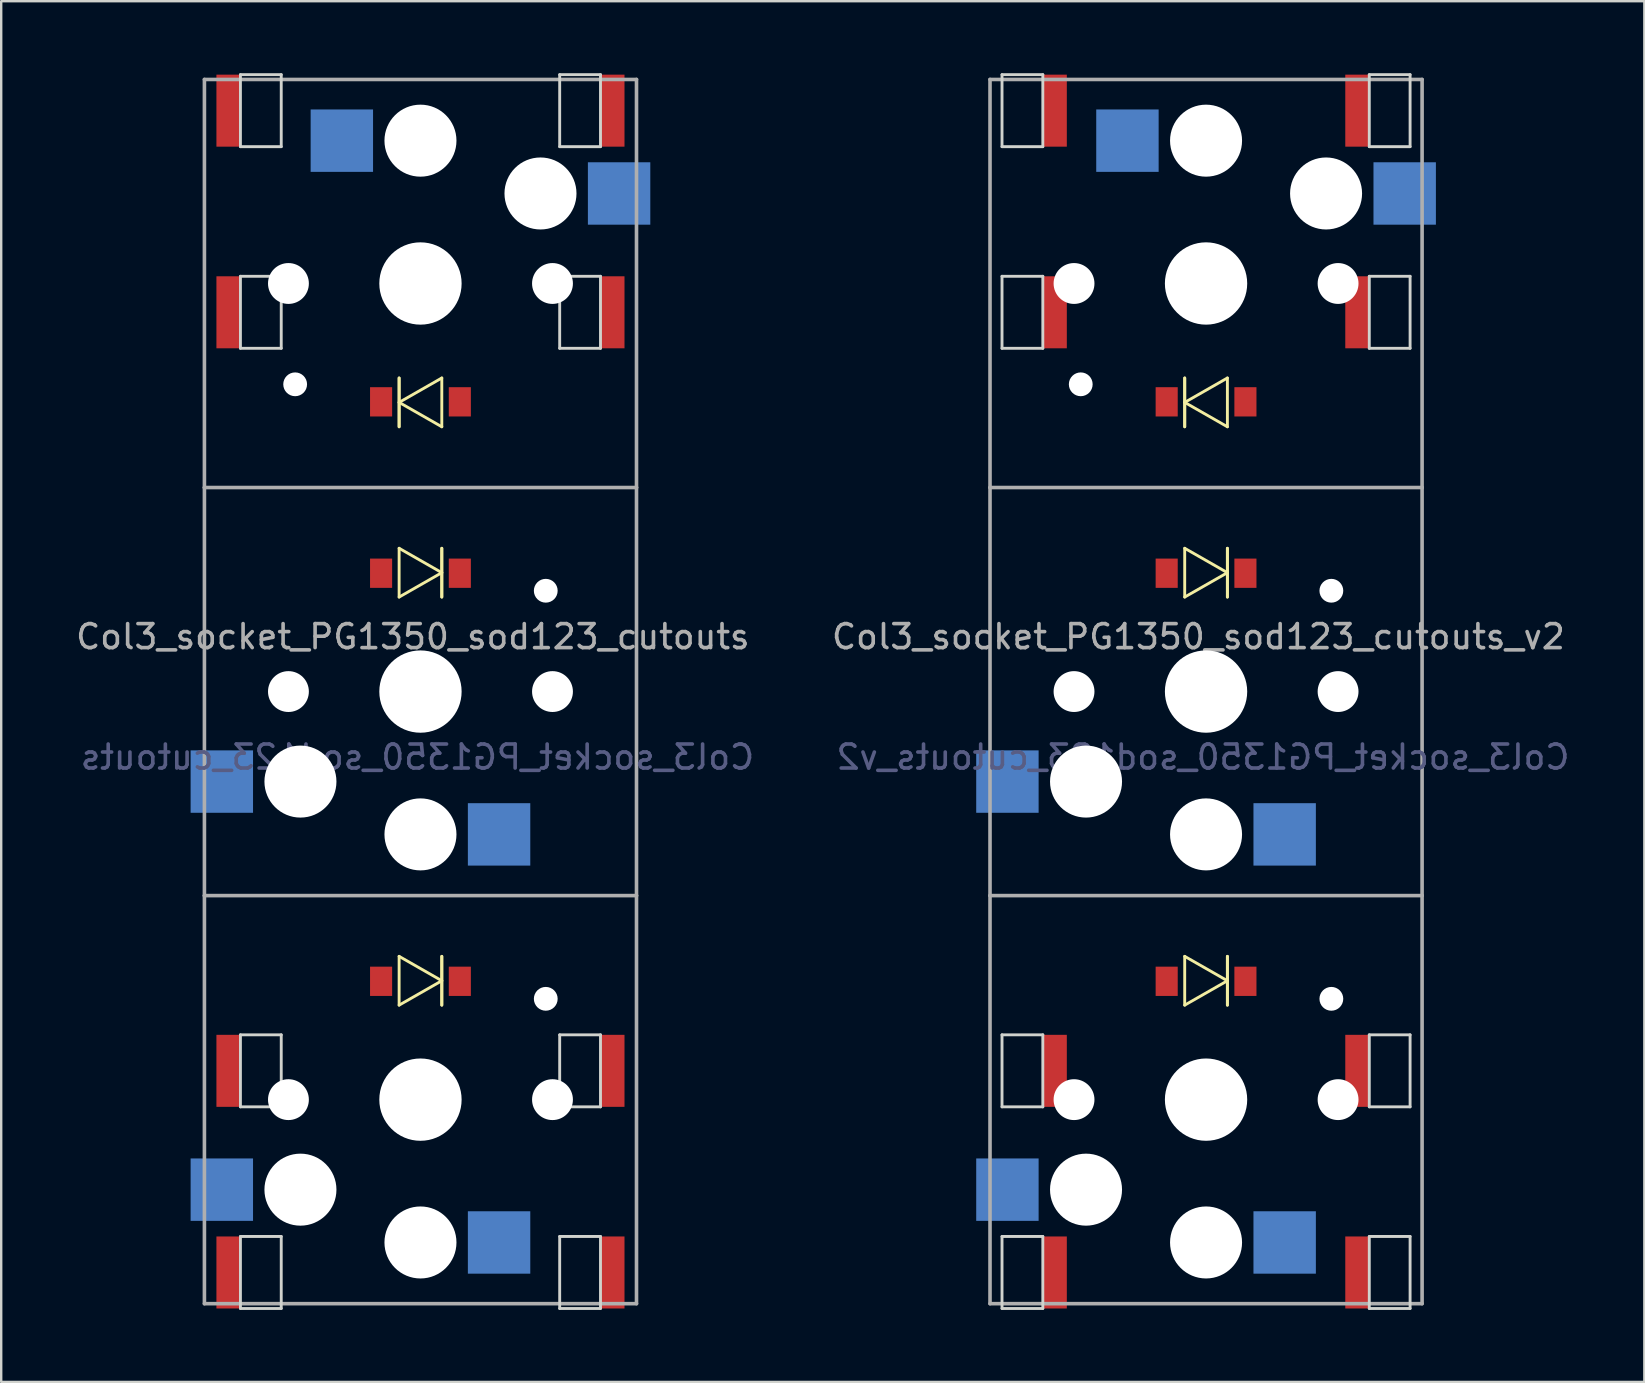
<source format=kicad_pcb>
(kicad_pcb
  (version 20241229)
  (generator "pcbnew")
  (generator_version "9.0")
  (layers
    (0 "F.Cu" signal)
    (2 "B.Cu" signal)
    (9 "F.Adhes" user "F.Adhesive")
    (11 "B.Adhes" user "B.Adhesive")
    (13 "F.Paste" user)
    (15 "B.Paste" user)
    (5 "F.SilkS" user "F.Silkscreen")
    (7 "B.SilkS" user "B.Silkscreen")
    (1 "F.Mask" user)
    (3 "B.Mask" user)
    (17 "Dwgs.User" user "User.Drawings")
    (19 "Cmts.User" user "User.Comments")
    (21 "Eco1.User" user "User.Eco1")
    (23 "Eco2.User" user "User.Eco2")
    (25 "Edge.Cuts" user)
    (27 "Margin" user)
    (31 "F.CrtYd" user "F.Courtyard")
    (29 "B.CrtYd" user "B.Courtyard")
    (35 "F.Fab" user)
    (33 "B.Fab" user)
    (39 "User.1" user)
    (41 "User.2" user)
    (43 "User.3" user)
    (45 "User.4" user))
  (footprint "Col3_socket_PG1350_sod123_cutouts_v2"
    (layer "F.Cu")
    (at 47.193 51.26)
    (property "Reference" "Col3_socket_PG1350_sod123_cutouts_v2" (at -0.318 -27.786 0) (layer "F.Fab") (effects (font (size 1 1) (thickness 0.15))))
    (attr smd)
    (fp_line (start -0.889 -38.563) (end -0.889 -36.531) (stroke (width 0.12) (type solid)) (layer "F.SilkS"))
    (fp_line (start -0.889 -38.563) (end -0.889 -36.531) (stroke (width 0.12) (type solid)) (layer "F.SilkS"))
    (fp_line (start -0.889 -37.547) (end 0.889 -38.563) (stroke (width 0.12) (type solid)) (layer "F.SilkS"))
    (fp_line (start -0.889 -31.469) (end -0.889 -29.437) (stroke (width 0.12) (type solid)) (layer "F.SilkS"))
    (fp_line (start -0.889 -31.469) (end 0.889 -30.453) (stroke (width 0.12) (type solid)) (layer "F.SilkS"))
    (fp_line (start -0.889 -14.469) (end -0.889 -12.437) (stroke (width 0.12) (type solid)) (layer "F.SilkS"))
    (fp_line (start -0.889 -14.469) (end 0.889 -13.453) (stroke (width 0.12) (type solid)) (layer "F.SilkS"))
    (fp_line (start 0.889 -36.531) (end -0.889 -37.547) (stroke (width 0.12) (type solid)) (layer "F.SilkS"))
    (fp_line (start 0.889 -36.531) (end 0.889 -38.563) (stroke (width 0.12) (type solid)) (layer "F.SilkS"))
    (fp_line (start 0.889 -30.453) (end -0.889 -29.437) (stroke (width 0.12) (type solid)) (layer "F.SilkS"))
    (fp_line (start 0.889 -29.437) (end 0.889 -31.469) (stroke (width 0.12) (type solid)) (layer "F.SilkS"))
    (fp_line (start 0.889 -29.437) (end 0.889 -31.469) (stroke (width 0.12) (type solid)) (layer "F.SilkS"))
    (fp_line (start 0.889 -13.453) (end -0.889 -12.437) (stroke (width 0.12) (type solid)) (layer "F.SilkS"))
    (fp_line (start 0.889 -12.437) (end 0.889 -14.469) (stroke (width 0.12) (type solid)) (layer "F.SilkS"))
    (fp_line (start 0.889 -12.437) (end 0.889 -14.469) (stroke (width 0.12) (type solid)) (layer "F.SilkS"))
    (fp_line (start -8.5 -48.2) (end -8.5 -51.2) (stroke (width 0.12) (type solid)) (layer "Edge.Cuts"))
    (fp_line (start -8.5 -39.8) (end -8.5 -42.8) (stroke (width 0.12) (type solid)) (layer "Edge.Cuts"))
    (fp_line (start -8.5 -11.2) (end -6.8 -11.2) (stroke (width 0.12) (type solid)) (layer "Edge.Cuts"))
    (fp_line (start -8.5 -8.2) (end -8.5 -11.2) (stroke (width 0.12) (type solid)) (layer "Edge.Cuts"))
    (fp_line (start -8.5 -8.2) (end -6.8 -8.2) (stroke (width 0.12) (type solid)) (layer "Edge.Cuts"))
    (fp_line (start -8.5 -2.8) (end -8.5 0.2) (stroke (width 0.12) (type solid)) (layer "Edge.Cuts"))
    (fp_line (start -8.5 -2.8) (end -6.8 -2.8) (stroke (width 0.12) (type solid)) (layer "Edge.Cuts"))
    (fp_line (start -8.5 0.2) (end -6.8 0.2) (stroke (width 0.12) (type solid)) (layer "Edge.Cuts"))
    (fp_line (start -6.8 -51.2) (end -8.5 -51.2) (stroke (width 0.12) (type solid)) (layer "Edge.Cuts"))
    (fp_line (start -6.8 -51.2) (end -6.8 -48.2) (stroke (width 0.12) (type solid)) (layer "Edge.Cuts"))
    (fp_line (start -6.8 -48.2) (end -8.5 -48.2) (stroke (width 0.12) (type solid)) (layer "Edge.Cuts"))
    (fp_line (start -6.8 -42.8) (end -8.5 -42.8) (stroke (width 0.12) (type solid)) (layer "Edge.Cuts"))
    (fp_line (start -6.8 -42.8) (end -6.8 -39.8) (stroke (width 0.12) (type solid)) (layer "Edge.Cuts"))
    (fp_line (start -6.8 -39.8) (end -8.5 -39.8) (stroke (width 0.12) (type solid)) (layer "Edge.Cuts"))
    (fp_line (start -6.8 -11.2) (end -6.8 -8.2) (stroke (width 0.12) (type solid)) (layer "Edge.Cuts"))
    (fp_line (start -6.8 0.2) (end -6.8 -2.8) (stroke (width 0.12) (type solid)) (layer "Edge.Cuts"))
    (fp_line (start 6.8 -51.2) (end 6.8 -48.2) (stroke (width 0.12) (type solid)) (layer "Edge.Cuts"))
    (fp_line (start 6.8 -39.8) (end 6.8 -42.8) (stroke (width 0.12) (type solid)) (layer "Edge.Cuts"))
    (fp_line (start 6.8 -11.2) (end 8.5 -11.2) (stroke (width 0.12) (type solid)) (layer "Edge.Cuts"))
    (fp_line (start 6.8 -8.2) (end 6.8 -11.2) (stroke (width 0.12) (type solid)) (layer "Edge.Cuts"))
    (fp_line (start 6.8 -8.2) (end 8.5 -8.2) (stroke (width 0.12) (type solid)) (layer "Edge.Cuts"))
    (fp_line (start 6.8 -2.8) (end 8.5 -2.8) (stroke (width 0.12) (type solid)) (layer "Edge.Cuts"))
    (fp_line (start 6.8 0.2) (end 6.8 -2.8) (stroke (width 0.12) (type solid)) (layer "Edge.Cuts"))
    (fp_line (start 6.8 0.2) (end 8.5 0.2) (stroke (width 0.12) (type solid)) (layer "Edge.Cuts"))
    (fp_line (start 8.5 -51.2) (end 6.8 -51.2) (stroke (width 0.12) (type solid)) (layer "Edge.Cuts"))
    (fp_line (start 8.5 -48.2) (end 6.8 -48.2) (stroke (width 0.12) (type solid)) (layer "Edge.Cuts"))
    (fp_line (start 8.5 -48.2) (end 8.5 -51.2) (stroke (width 0.12) (type solid)) (layer "Edge.Cuts"))
    (fp_line (start 8.5 -42.8) (end 6.8 -42.8) (stroke (width 0.12) (type solid)) (layer "Edge.Cuts"))
    (fp_line (start 8.5 -42.8) (end 8.5 -39.8) (stroke (width 0.12) (type solid)) (layer "Edge.Cuts"))
    (fp_line (start 8.5 -39.8) (end 6.8 -39.8) (stroke (width 0.12) (type solid)) (layer "Edge.Cuts"))
    (fp_line (start 8.5 -11.2) (end 8.5 -8.2) (stroke (width 0.12) (type solid)) (layer "Edge.Cuts"))
    (fp_line (start 8.5 -2.8) (end 8.5 0.2) (stroke (width 0.12) (type solid)) (layer "Edge.Cuts"))
    (fp_line (start -9 -34) (end -9 -51) (stroke (width 0.15) (type solid)) (layer "F.Fab"))
    (fp_line (start -9 -17) (end -9 -34) (stroke (width 0.15) (type solid)) (layer "F.Fab"))
    (fp_line (start -9 0) (end -9 -17) (stroke (width 0.15) (type solid)) (layer "F.Fab"))
    (fp_line (start 9 -51) (end -9 -51) (stroke (width 0.15) (type solid)) (layer "F.Fab"))
    (fp_line (start 9 -51) (end 9 -34) (stroke (width 0.15) (type solid)) (layer "F.Fab"))
    (fp_line (start 9 -34) (end -9 -34) (stroke (width 0.15) (type solid)) (layer "F.Fab"))
    (fp_line (start 9 -34) (end 9 -17) (stroke (width 0.15) (type solid)) (layer "F.Fab"))
    (fp_line (start 9 -17) (end -9 -17) (stroke (width 0.15) (type solid)) (layer "F.Fab"))
    (fp_line (start 9 -17) (end 9 0) (stroke (width 0.15) (type solid)) (layer "F.Fab"))
    (fp_line (start 9 0) (end -9 0) (stroke (width 0.15) (type solid)) (layer "F.Fab"))
    (fp_text user "${REFERENCE}" (at -0.127 -22.77 0) (layer "B.Fab") (effects (font (size 1 1) (thickness 0.15)) (justify mirror)))
    (pad "" np_thru_hole circle (at -5.5 -42.5 180) (size 1.702 1.702) (drill 1.702) (layers "*.Cu"))
    (pad "" np_thru_hole circle (at -5.5 -25.5) (size 1.702 1.702) (drill 1.702) (layers "*.Cu"))
    (pad "" np_thru_hole circle (at -5.5 -8.5) (size 1.702 1.702) (drill 1.702) (layers "*.Cu"))
    (pad "" np_thru_hole circle (at -5.22 -38.3 180) (size 0.991 0.991) (drill 0.991) (layers "*.Cu" "*.Mask"))
    (pad "" np_thru_hole circle (at -5 -21.75) (size 3 3) (drill 3) (layers "*.Cu"))
    (pad "" np_thru_hole circle (at -5 -4.75) (size 3 3) (drill 3) (layers "*.Cu"))
    (pad "" np_thru_hole circle (at 0 -48.45 180) (size 3 3) (drill 3) (layers "*.Cu" "*.Mask"))
    (pad "" np_thru_hole circle (at 0 -42.5 270) (size 3.429 3.429) (drill 3.429) (layers "*.Cu" "*.Mask"))
    (pad "" np_thru_hole circle (at 0 -25.5) (size 3.429 3.429) (drill 3.429) (layers "*.Cu" "*.Mask"))
    (pad "" np_thru_hole circle (at 0 -19.55) (size 3 3) (drill 3) (layers "*.Cu" "*.Mask"))
    (pad "" np_thru_hole circle (at 0 -8.5) (size 3.429 3.429) (drill 3.429) (layers "*.Cu" "*.Mask"))
    (pad "" np_thru_hole circle (at 0 -2.55) (size 3 3) (drill 3) (layers "*.Cu" "*.Mask"))
    (pad "" np_thru_hole circle (at 5 -46.25 180) (size 3 3) (drill 3) (layers "*.Cu"))
    (pad "" np_thru_hole circle (at 5.22 -29.7) (size 0.991 0.991) (drill 0.991) (layers "*.Cu" "*.Mask"))
    (pad "" np_thru_hole circle (at 5.22 -12.7) (size 0.991 0.991) (drill 0.991) (layers "*.Cu" "*.Mask"))
    (pad "" np_thru_hole circle (at 5.5 -42.5 180) (size 1.702 1.702) (drill 1.702) (layers "*.Cu"))
    (pad "" np_thru_hole circle (at 5.5 -25.5) (size 1.702 1.702) (drill 1.702) (layers "*.Cu"))
    (pad "" np_thru_hole circle (at 5.5 -8.5) (size 1.702 1.702) (drill 1.702) (layers "*.Cu"))
    (pad "b1" smd rect (at -8.275 -4.75) (size 2.6 2.6) (layers "B.Cu" "B.Mask" "B.Paste"))
    (pad "b1" smd rect (at -6.3 -9.7) (size 1 3) (layers "F.Cu" "F.Mask" "F.Paste"))
    (pad "b1" smd rect (at -6.3 -1.3) (size 1 3) (layers "F.Cu" "F.Mask" "F.Paste"))
    (pad "b2" smd rect (at 3.275 -2.55) (size 2.6 2.6) (layers "B.Cu" "B.Mask" "B.Paste"))
    (pad "bA" smd rect (at -1.64 -13.43) (size 0.92 1.22) (layers "F.Cu" "F.Mask" "F.Paste"))
    (pad "bK" smd rect (at 1.64 -13.43) (size 0.92 1.22) (layers "F.Cu" "F.Mask" "F.Paste"))
    (pad "bK" smd rect (at 6.3 -9.7) (size 1 3) (layers "F.Cu" "F.Mask" "F.Paste"))
    (pad "bK" smd rect (at 6.3 -1.3) (size 1 3) (layers "F.Cu" "F.Mask" "F.Paste"))
    (pad "m1" smd rect (at -8.275 -21.75) (size 2.6 2.6) (layers "B.Cu" "B.Mask" "B.Paste"))
    (pad "m2" smd rect (at 3.275 -19.55) (size 2.6 2.6) (layers "B.Cu" "B.Mask" "B.Paste"))
    (pad "mA" smd rect (at -1.64 -30.43) (size 0.92 1.22) (layers "F.Cu" "F.Mask" "F.Paste"))
    (pad "mK" smd rect (at 1.64 -30.43) (size 0.92 1.22) (layers "F.Cu" "F.Mask" "F.Paste"))
    (pad "t1" smd rect (at 6.3 -49.7 180) (size 1 3) (layers "F.Cu" "F.Mask" "F.Paste"))
    (pad "t1" smd rect (at 6.3 -41.3 180) (size 1 3) (layers "F.Cu" "F.Mask" "F.Paste"))
    (pad "t1" smd rect (at 8.275 -46.25 180) (size 2.6 2.6) (layers "B.Cu" "B.Mask" "B.Paste"))
    (pad "t2" smd rect (at -3.275 -48.45 180) (size 2.6 2.6) (layers "B.Cu" "B.Mask" "B.Paste"))
    (pad "tA" smd rect (at 1.64 -37.57 180) (size 0.92 1.22) (layers "F.Cu" "F.Mask" "F.Paste"))
    (pad "tK" smd rect (at -6.3 -49.7 180) (size 1 3) (layers "F.Cu" "F.Mask" "F.Paste"))
    (pad "tK" smd rect (at -6.3 -41.3 180) (size 1 3) (layers "F.Cu" "F.Mask" "F.Paste"))
    (pad "tK" smd rect (at -1.64 -37.57 180) (size 0.92 1.22) (layers "F.Cu" "F.Mask" "F.Paste")))
  (footprint "Col3_socket_PG1350_sod123_cutouts"
    (layer "F.Cu")
    (at 14.466 51.26)
    (property "Reference" "Col3_socket_PG1350_sod123_cutouts" (at -0.318 -27.786 0) (layer "F.Fab") (effects (font (size 1 1) (thickness 0.15))))
    (attr smd)
    (fp_line (start -0.889 -38.563) (end -0.889 -36.531) (stroke (width 0.12) (type solid)) (layer "F.SilkS"))
    (fp_line (start -0.889 -38.563) (end -0.889 -36.531) (stroke (width 0.12) (type solid)) (layer "F.SilkS"))
    (fp_line (start -0.889 -37.547) (end 0.889 -38.563) (stroke (width 0.12) (type solid)) (layer "F.SilkS"))
    (fp_line (start -0.889 -31.469) (end -0.889 -29.437) (stroke (width 0.12) (type solid)) (layer "F.SilkS"))
    (fp_line (start -0.889 -31.469) (end 0.889 -30.453) (stroke (width 0.12) (type solid)) (layer "F.SilkS"))
    (fp_line (start -0.889 -14.469) (end -0.889 -12.437) (stroke (width 0.12) (type solid)) (layer "F.SilkS"))
    (fp_line (start -0.889 -14.469) (end 0.889 -13.453) (stroke (width 0.12) (type solid)) (layer "F.SilkS"))
    (fp_line (start 0.889 -36.531) (end -0.889 -37.547) (stroke (width 0.12) (type solid)) (layer "F.SilkS"))
    (fp_line (start 0.889 -36.531) (end 0.889 -38.563) (stroke (width 0.12) (type solid)) (layer "F.SilkS"))
    (fp_line (start 0.889 -30.453) (end -0.889 -29.437) (stroke (width 0.12) (type solid)) (layer "F.SilkS"))
    (fp_line (start 0.889 -29.437) (end 0.889 -31.469) (stroke (width 0.12) (type solid)) (layer "F.SilkS"))
    (fp_line (start 0.889 -29.437) (end 0.889 -31.469) (stroke (width 0.12) (type solid)) (layer "F.SilkS"))
    (fp_line (start 0.889 -13.453) (end -0.889 -12.437) (stroke (width 0.12) (type solid)) (layer "F.SilkS"))
    (fp_line (start 0.889 -12.437) (end 0.889 -14.469) (stroke (width 0.12) (type solid)) (layer "F.SilkS"))
    (fp_line (start 0.889 -12.437) (end 0.889 -14.469) (stroke (width 0.12) (type solid)) (layer "F.SilkS"))
    (fp_line (start -7.5 -48.2) (end -7.5 -51.2) (stroke (width 0.12) (type solid)) (layer "Edge.Cuts"))
    (fp_line (start -7.5 -39.8) (end -7.5 -42.8) (stroke (width 0.12) (type solid)) (layer "Edge.Cuts"))
    (fp_line (start -7.5 -11.2) (end -5.8 -11.2) (stroke (width 0.12) (type solid)) (layer "Edge.Cuts"))
    (fp_line (start -7.5 -8.2) (end -7.5 -11.2) (stroke (width 0.12) (type solid)) (layer "Edge.Cuts"))
    (fp_line (start -7.5 -8.2) (end -5.8 -8.2) (stroke (width 0.12) (type solid)) (layer "Edge.Cuts"))
    (fp_line (start -7.5 -2.8) (end -7.5 0.2) (stroke (width 0.12) (type solid)) (layer "Edge.Cuts"))
    (fp_line (start -7.5 -2.8) (end -5.8 -2.8) (stroke (width 0.12) (type solid)) (layer "Edge.Cuts"))
    (fp_line (start -7.5 0.2) (end -5.8 0.2) (stroke (width 0.12) (type solid)) (layer "Edge.Cuts"))
    (fp_line (start -5.8 -51.2) (end -7.5 -51.2) (stroke (width 0.12) (type solid)) (layer "Edge.Cuts"))
    (fp_line (start -5.8 -51.2) (end -5.8 -48.2) (stroke (width 0.12) (type solid)) (layer "Edge.Cuts"))
    (fp_line (start -5.8 -48.2) (end -7.5 -48.2) (stroke (width 0.12) (type solid)) (layer "Edge.Cuts"))
    (fp_line (start -5.8 -42.8) (end -7.5 -42.8) (stroke (width 0.12) (type solid)) (layer "Edge.Cuts"))
    (fp_line (start -5.8 -42.8) (end -5.8 -39.8) (stroke (width 0.12) (type solid)) (layer "Edge.Cuts"))
    (fp_line (start -5.8 -39.8) (end -7.5 -39.8) (stroke (width 0.12) (type solid)) (layer "Edge.Cuts"))
    (fp_line (start -5.8 -11.2) (end -5.8 -8.2) (stroke (width 0.12) (type solid)) (layer "Edge.Cuts"))
    (fp_line (start -5.8 0.2) (end -5.8 -2.8) (stroke (width 0.12) (type solid)) (layer "Edge.Cuts"))
    (fp_line (start 5.8 -51.2) (end 5.8 -48.2) (stroke (width 0.12) (type solid)) (layer "Edge.Cuts"))
    (fp_line (start 5.8 -39.8) (end 5.8 -42.8) (stroke (width 0.12) (type solid)) (layer "Edge.Cuts"))
    (fp_line (start 5.8 -11.2) (end 7.5 -11.2) (stroke (width 0.12) (type solid)) (layer "Edge.Cuts"))
    (fp_line (start 5.8 -8.2) (end 5.8 -11.2) (stroke (width 0.12) (type solid)) (layer "Edge.Cuts"))
    (fp_line (start 5.8 -8.2) (end 7.5 -8.2) (stroke (width 0.12) (type solid)) (layer "Edge.Cuts"))
    (fp_line (start 5.8 -2.8) (end 7.5 -2.8) (stroke (width 0.12) (type solid)) (layer "Edge.Cuts"))
    (fp_line (start 5.8 0.2) (end 5.8 -2.8) (stroke (width 0.12) (type solid)) (layer "Edge.Cuts"))
    (fp_line (start 5.8 0.2) (end 7.5 0.2) (stroke (width 0.12) (type solid)) (layer "Edge.Cuts"))
    (fp_line (start 7.5 -51.2) (end 5.8 -51.2) (stroke (width 0.12) (type solid)) (layer "Edge.Cuts"))
    (fp_line (start 7.5 -48.2) (end 5.8 -48.2) (stroke (width 0.12) (type solid)) (layer "Edge.Cuts"))
    (fp_line (start 7.5 -48.2) (end 7.5 -51.2) (stroke (width 0.12) (type solid)) (layer "Edge.Cuts"))
    (fp_line (start 7.5 -42.8) (end 5.8 -42.8) (stroke (width 0.12) (type solid)) (layer "Edge.Cuts"))
    (fp_line (start 7.5 -42.8) (end 7.5 -39.8) (stroke (width 0.12) (type solid)) (layer "Edge.Cuts"))
    (fp_line (start 7.5 -39.8) (end 5.8 -39.8) (stroke (width 0.12) (type solid)) (layer "Edge.Cuts"))
    (fp_line (start 7.5 -11.2) (end 7.5 -8.2) (stroke (width 0.12) (type solid)) (layer "Edge.Cuts"))
    (fp_line (start 7.5 -2.8) (end 7.5 0.2) (stroke (width 0.12) (type solid)) (layer "Edge.Cuts"))
    (fp_line (start -9 -34) (end -9 -51) (stroke (width 0.15) (type solid)) (layer "F.Fab"))
    (fp_line (start -9 -17) (end -9 -34) (stroke (width 0.15) (type solid)) (layer "F.Fab"))
    (fp_line (start -9 0) (end -9 -17) (stroke (width 0.15) (type solid)) (layer "F.Fab"))
    (fp_line (start 9 -51) (end -9 -51) (stroke (width 0.15) (type solid)) (layer "F.Fab"))
    (fp_line (start 9 -51) (end 9 -34) (stroke (width 0.15) (type solid)) (layer "F.Fab"))
    (fp_line (start 9 -34) (end -9 -34) (stroke (width 0.15) (type solid)) (layer "F.Fab"))
    (fp_line (start 9 -34) (end 9 -17) (stroke (width 0.15) (type solid)) (layer "F.Fab"))
    (fp_line (start 9 -17) (end -9 -17) (stroke (width 0.15) (type solid)) (layer "F.Fab"))
    (fp_line (start 9 -17) (end 9 0) (stroke (width 0.15) (type solid)) (layer "F.Fab"))
    (fp_line (start 9 0) (end -9 0) (stroke (width 0.15) (type solid)) (layer "F.Fab"))
    (fp_text user "${REFERENCE}" (at -0.127 -22.77 0) (layer "B.Fab") (effects (font (size 1 1) (thickness 0.15)) (justify mirror)))
    (pad "" np_thru_hole circle (at -5.5 -42.5 180) (size 1.702 1.702) (drill 1.702) (layers "*.Cu"))
    (pad "" np_thru_hole circle (at -5.5 -25.5) (size 1.702 1.702) (drill 1.702) (layers "*.Cu"))
    (pad "" np_thru_hole circle (at -5.5 -8.5) (size 1.702 1.702) (drill 1.702) (layers "*.Cu"))
    (pad "" np_thru_hole circle (at -5.22 -38.3 180) (size 0.991 0.991) (drill 0.991) (layers "*.Cu" "*.Mask"))
    (pad "" np_thru_hole circle (at -5 -21.75) (size 3 3) (drill 3) (layers "*.Cu"))
    (pad "" np_thru_hole circle (at -5 -4.75) (size 3 3) (drill 3) (layers "*.Cu"))
    (pad "" np_thru_hole circle (at 0 -48.45 180) (size 3 3) (drill 3) (layers "*.Cu" "*.Mask"))
    (pad "" np_thru_hole circle (at 0 -42.5 270) (size 3.429 3.429) (drill 3.429) (layers "*.Cu" "*.Mask"))
    (pad "" np_thru_hole circle (at 0 -25.5) (size 3.429 3.429) (drill 3.429) (layers "*.Cu" "*.Mask"))
    (pad "" np_thru_hole circle (at 0 -19.55) (size 3 3) (drill 3) (layers "*.Cu" "*.Mask"))
    (pad "" np_thru_hole circle (at 0 -8.5) (size 3.429 3.429) (drill 3.429) (layers "*.Cu" "*.Mask"))
    (pad "" np_thru_hole circle (at 0 -2.55) (size 3 3) (drill 3) (layers "*.Cu" "*.Mask"))
    (pad "" np_thru_hole circle (at 5 -46.25 180) (size 3 3) (drill 3) (layers "*.Cu"))
    (pad "" np_thru_hole circle (at 5.22 -29.7) (size 0.991 0.991) (drill 0.991) (layers "*.Cu" "*.Mask"))
    (pad "" np_thru_hole circle (at 5.22 -12.7) (size 0.991 0.991) (drill 0.991) (layers "*.Cu" "*.Mask"))
    (pad "" np_thru_hole circle (at 5.5 -42.5 180) (size 1.702 1.702) (drill 1.702) (layers "*.Cu"))
    (pad "" np_thru_hole circle (at 5.5 -25.5) (size 1.702 1.702) (drill 1.702) (layers "*.Cu"))
    (pad "" np_thru_hole circle (at 5.5 -8.5) (size 1.702 1.702) (drill 1.702) (layers "*.Cu"))
    (pad "b1" smd rect (at -8.275 -4.75) (size 2.6 2.6) (layers "B.Cu" "B.Mask" "B.Paste"))
    (pad "b1" smd rect (at -8 -9.7) (size 1 3) (layers "F.Cu" "F.Mask" "F.Paste"))
    (pad "b1" smd rect (at -8 -1.3) (size 1 3) (layers "F.Cu" "F.Mask" "F.Paste"))
    (pad "b2" smd rect (at 3.275 -2.55) (size 2.6 2.6) (layers "B.Cu" "B.Mask" "B.Paste"))
    (pad "bA" smd rect (at -1.64 -13.43) (size 0.92 1.22) (layers "F.Cu" "F.Mask" "F.Paste"))
    (pad "bK" smd rect (at 1.64 -13.43) (size 0.92 1.22) (layers "F.Cu" "F.Mask" "F.Paste"))
    (pad "bK" smd rect (at 8 -9.7) (size 1 3) (layers "F.Cu" "F.Mask" "F.Paste"))
    (pad "bK" smd rect (at 8 -1.3) (size 1 3) (layers "F.Cu" "F.Mask" "F.Paste"))
    (pad "m1" smd rect (at -8.275 -21.75) (size 2.6 2.6) (layers "B.Cu" "B.Mask" "B.Paste"))
    (pad "m2" smd rect (at 3.275 -19.55) (size 2.6 2.6) (layers "B.Cu" "B.Mask" "B.Paste"))
    (pad "mA" smd rect (at -1.64 -30.43) (size 0.92 1.22) (layers "F.Cu" "F.Mask" "F.Paste"))
    (pad "mK" smd rect (at 1.64 -30.43) (size 0.92 1.22) (layers "F.Cu" "F.Mask" "F.Paste"))
    (pad "t1" smd rect (at 8 -49.7 180) (size 1 3) (layers "F.Cu" "F.Mask" "F.Paste"))
    (pad "t1" smd rect (at 8 -41.3 180) (size 1 3) (layers "F.Cu" "F.Mask" "F.Paste"))
    (pad "t1" smd rect (at 8.275 -46.25 180) (size 2.6 2.6) (layers "B.Cu" "B.Mask" "B.Paste"))
    (pad "t2" smd rect (at -3.275 -48.45 180) (size 2.6 2.6) (layers "B.Cu" "B.Mask" "B.Paste"))
    (pad "tA" smd rect (at 1.64 -37.57 180) (size 0.92 1.22) (layers "F.Cu" "F.Mask" "F.Paste"))
    (pad "tK" smd rect (at -8 -49.7 180) (size 1 3) (layers "F.Cu" "F.Mask" "F.Paste"))
    (pad "tK" smd rect (at -8 -41.3 180) (size 1 3) (layers "F.Cu" "F.Mask" "F.Paste"))
    (pad "tK" smd rect (at -1.64 -37.57 180) (size 0.92 1.22) (layers "F.Cu" "F.Mask" "F.Paste")))
  (gr_rect
    (start -3 -3)
    (end 65.452 54.52)
    (stroke (width 0.1) (type default))
    (fill no)
    (layer "Edge.Cuts")))
</source>
